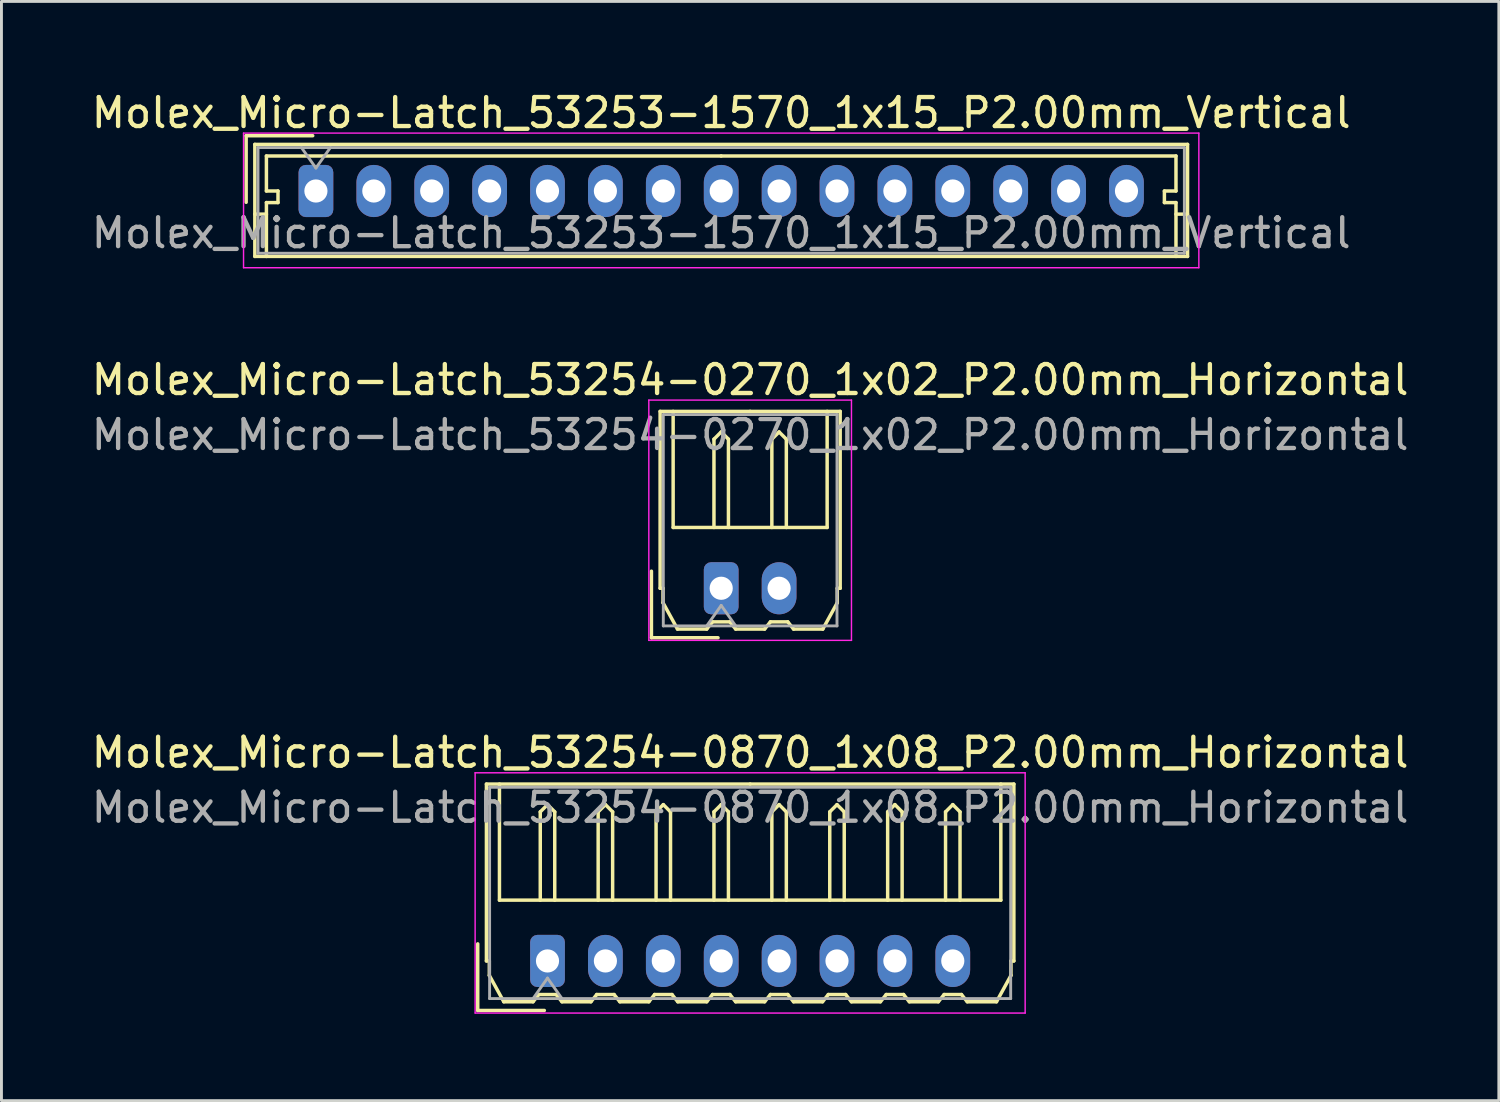
<source format=kicad_pcb>
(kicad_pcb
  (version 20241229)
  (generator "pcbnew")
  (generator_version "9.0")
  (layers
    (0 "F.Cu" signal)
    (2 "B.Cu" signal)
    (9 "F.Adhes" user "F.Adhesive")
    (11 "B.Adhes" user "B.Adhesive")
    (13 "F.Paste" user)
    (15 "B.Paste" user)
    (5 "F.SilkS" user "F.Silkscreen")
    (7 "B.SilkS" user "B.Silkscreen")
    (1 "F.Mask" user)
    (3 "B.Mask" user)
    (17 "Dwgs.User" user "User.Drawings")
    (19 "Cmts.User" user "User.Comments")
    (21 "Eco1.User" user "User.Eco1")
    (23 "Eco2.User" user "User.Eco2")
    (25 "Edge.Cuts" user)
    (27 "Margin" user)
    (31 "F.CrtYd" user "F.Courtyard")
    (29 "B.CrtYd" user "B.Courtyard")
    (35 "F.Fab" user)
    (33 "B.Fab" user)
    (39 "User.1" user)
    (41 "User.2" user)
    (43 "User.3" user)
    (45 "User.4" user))
  (footprint "Molex_Micro-Latch_53253-1570_1x15_P2.00mm_Vertical"
    (layer "F.Cu")
    (at 7.863 3.548)
    (property "Reference" "Molex_Micro-Latch_53253-1570_1x15_P2.00mm_Vertical" (at 14 -2.7 0) (layer "F.SilkS") (effects (font (size 1 1) (thickness 0.15))))
    (attr through_hole)
    (fp_line (start -2.41 -1.91) (end -2.41 0.39) (stroke (width 0.12) (type solid)) (layer "F.SilkS"))
    (fp_line (start -2.11 -1.61) (end -2.11 2.26) (stroke (width 0.12) (type solid)) (layer "F.SilkS"))
    (fp_line (start -2.11 0.8) (end -1.71 0.8) (stroke (width 0.12) (type solid)) (layer "F.SilkS"))
    (fp_line (start -2.11 2.26) (end 30.11 2.26) (stroke (width 0.12) (type solid)) (layer "F.SilkS"))
    (fp_line (start -1.71 -1.21) (end -1.71 0) (stroke (width 0.12) (type solid)) (layer "F.SilkS"))
    (fp_line (start -1.71 0) (end -1.31 0) (stroke (width 0.12) (type solid)) (layer "F.SilkS"))
    (fp_line (start -1.71 0.4) (end -1.71 2.26) (stroke (width 0.12) (type solid)) (layer "F.SilkS"))
    (fp_line (start -1.31 0) (end -1.31 0.4) (stroke (width 0.12) (type solid)) (layer "F.SilkS"))
    (fp_line (start -1.31 0.4) (end -1.71 0.4) (stroke (width 0.12) (type solid)) (layer "F.SilkS"))
    (fp_line (start -0.11 -1.91) (end -2.41 -1.91) (stroke (width 0.12) (type solid)) (layer "F.SilkS"))
    (fp_line (start 14 -1.21) (end -1.71 -1.21) (stroke (width 0.12) (type solid)) (layer "F.SilkS"))
    (fp_line (start 14 -1.21) (end 29.71 -1.21) (stroke (width 0.12) (type solid)) (layer "F.SilkS"))
    (fp_line (start 29.31 0) (end 29.31 0.4) (stroke (width 0.12) (type solid)) (layer "F.SilkS"))
    (fp_line (start 29.31 0.4) (end 29.71 0.4) (stroke (width 0.12) (type solid)) (layer "F.SilkS"))
    (fp_line (start 29.71 -1.21) (end 29.71 0) (stroke (width 0.12) (type solid)) (layer "F.SilkS"))
    (fp_line (start 29.71 0) (end 29.31 0) (stroke (width 0.12) (type solid)) (layer "F.SilkS"))
    (fp_line (start 29.71 0.4) (end 29.71 2.26) (stroke (width 0.12) (type solid)) (layer "F.SilkS"))
    (fp_line (start 30.11 -1.61) (end -2.11 -1.61) (stroke (width 0.12) (type solid)) (layer "F.SilkS"))
    (fp_line (start 30.11 0.8) (end 29.71 0.8) (stroke (width 0.12) (type solid)) (layer "F.SilkS"))
    (fp_line (start 30.11 2.26) (end 30.11 -1.61) (stroke (width 0.12) (type solid)) (layer "F.SilkS"))
    (fp_line (start -2.5 -2) (end -2.5 2.65) (stroke (width 0.05) (type solid)) (layer "F.CrtYd"))
    (fp_line (start -2.5 2.65) (end 30.5 2.65) (stroke (width 0.05) (type solid)) (layer "F.CrtYd"))
    (fp_line (start 30.5 -2) (end -2.5 -2) (stroke (width 0.05) (type solid)) (layer "F.CrtYd"))
    (fp_line (start 30.5 2.65) (end 30.5 -2) (stroke (width 0.05) (type solid)) (layer "F.CrtYd"))
    (fp_line (start -2 -1.5) (end -2 2.15) (stroke (width 0.1) (type solid)) (layer "F.Fab"))
    (fp_line (start -2 2.15) (end 30 2.15) (stroke (width 0.1) (type solid)) (layer "F.Fab"))
    (fp_line (start -0.5 -1.5) (end 0 -0.793) (stroke (width 0.1) (type solid)) (layer "F.Fab"))
    (fp_line (start 0 -0.793) (end 0.5 -1.5) (stroke (width 0.1) (type solid)) (layer "F.Fab"))
    (fp_line (start 30 -1.5) (end -2 -1.5) (stroke (width 0.1) (type solid)) (layer "F.Fab"))
    (fp_line (start 30 2.15) (end 30 -1.5) (stroke (width 0.1) (type solid)) (layer "F.Fab"))
    (fp_text user "${REFERENCE}" (at 14 1.45 0) (layer "F.Fab") (effects (font (size 1 1) (thickness 0.15))))
    (pad "1" thru_hole roundrect (at 0 0) (size 1.2 1.8) (drill 0.8) (layers "*.Cu" "*.Mask") (roundrect_rratio 0.208))
    (pad "2" thru_hole oval (at 2 0) (size 1.2 1.8) (drill 0.8) (layers "*.Cu" "*.Mask"))
    (pad "3" thru_hole oval (at 4 0) (size 1.2 1.8) (drill 0.8) (layers "*.Cu" "*.Mask"))
    (pad "4" thru_hole oval (at 6 0) (size 1.2 1.8) (drill 0.8) (layers "*.Cu" "*.Mask"))
    (pad "5" thru_hole oval (at 8 0) (size 1.2 1.8) (drill 0.8) (layers "*.Cu" "*.Mask"))
    (pad "6" thru_hole oval (at 10 0) (size 1.2 1.8) (drill 0.8) (layers "*.Cu" "*.Mask"))
    (pad "7" thru_hole oval (at 12 0) (size 1.2 1.8) (drill 0.8) (layers "*.Cu" "*.Mask"))
    (pad "8" thru_hole oval (at 14 0) (size 1.2 1.8) (drill 0.8) (layers "*.Cu" "*.Mask"))
    (pad "9" thru_hole oval (at 16 0) (size 1.2 1.8) (drill 0.8) (layers "*.Cu" "*.Mask"))
    (pad "10" thru_hole oval (at 18 0) (size 1.2 1.8) (drill 0.8) (layers "*.Cu" "*.Mask"))
    (pad "11" thru_hole oval (at 20 0) (size 1.2 1.8) (drill 0.8) (layers "*.Cu" "*.Mask"))
    (pad "12" thru_hole oval (at 22 0) (size 1.2 1.8) (drill 0.8) (layers "*.Cu" "*.Mask"))
    (pad "13" thru_hole oval (at 24 0) (size 1.2 1.8) (drill 0.8) (layers "*.Cu" "*.Mask"))
    (pad "14" thru_hole oval (at 26 0) (size 1.2 1.8) (drill 0.8) (layers "*.Cu" "*.Mask"))
    (pad "15" thru_hole oval (at 28 0) (size 1.2 1.8) (drill 0.8) (layers "*.Cu" "*.Mask")))
  (footprint "Molex_Micro-Latch_53254-0270_1x02_P2.00mm_Horizontal"
    (layer "F.Cu")
    (at 21.863 17.271)
    (property "Reference" "Molex_Micro-Latch_53254-0270_1x02_P2.00mm_Horizontal" (at 1 -7.2 0) (layer "F.SilkS") (effects (font (size 1 1) (thickness 0.15))))
    (attr through_hole)
    (fp_line (start -2.41 1.71) (end -2.41 -0.59) (stroke (width 0.12) (type solid)) (layer "F.SilkS"))
    (fp_line (start -2.11 -6.11) (end 1 -6.11) (stroke (width 0.12) (type solid)) (layer "F.SilkS"))
    (fp_line (start -2.11 0) (end -2.11 -6.11) (stroke (width 0.12) (type solid)) (layer "F.SilkS"))
    (fp_line (start -2.01 0) (end -2.11 0) (stroke (width 0.12) (type solid)) (layer "F.SilkS"))
    (fp_line (start -2.01 0.5) (end -2.01 0) (stroke (width 0.12) (type solid)) (layer "F.SilkS"))
    (fp_line (start -1.66 -6.11) (end -1.66 -2.1) (stroke (width 0.12) (type solid)) (layer "F.SilkS"))
    (fp_line (start -1.66 -2.1) (end 3.66 -2.1) (stroke (width 0.12) (type solid)) (layer "F.SilkS"))
    (fp_line (start -1.51 1.41) (end -2.01 0.5) (stroke (width 0.12) (type solid)) (layer "F.SilkS"))
    (fp_line (start -0.5 1.41) (end -1.51 1.41) (stroke (width 0.12) (type solid)) (layer "F.SilkS"))
    (fp_line (start -0.3 1.16) (end -0.5 1.41) (stroke (width 0.12) (type solid)) (layer "F.SilkS"))
    (fp_line (start -0.3 1.16) (end 0.3 1.16) (stroke (width 0.12) (type solid)) (layer "F.SilkS"))
    (fp_line (start -0.25 -5.15) (end 0 -5.4) (stroke (width 0.12) (type solid)) (layer "F.SilkS"))
    (fp_line (start -0.25 -2.1) (end -0.25 -5.15) (stroke (width 0.12) (type solid)) (layer "F.SilkS"))
    (fp_line (start -0.11 1.71) (end -2.41 1.71) (stroke (width 0.12) (type solid)) (layer "F.SilkS"))
    (fp_line (start 0 -5.4) (end 0.25 -5.15) (stroke (width 0.12) (type solid)) (layer "F.SilkS"))
    (fp_line (start 0.25 -5.15) (end 0.25 -2.1) (stroke (width 0.12) (type solid)) (layer "F.SilkS"))
    (fp_line (start 0.3 1.16) (end 0.5 1.41) (stroke (width 0.12) (type solid)) (layer "F.SilkS"))
    (fp_line (start 0.5 1.41) (end 1.5 1.41) (stroke (width 0.12) (type solid)) (layer "F.SilkS"))
    (fp_line (start 1.5 1.41) (end 1.7 1.16) (stroke (width 0.12) (type solid)) (layer "F.SilkS"))
    (fp_line (start 1.7 1.16) (end 2.3 1.16) (stroke (width 0.12) (type solid)) (layer "F.SilkS"))
    (fp_line (start 1.75 -5.15) (end 2 -5.4) (stroke (width 0.12) (type solid)) (layer "F.SilkS"))
    (fp_line (start 1.75 -2.1) (end 1.75 -5.15) (stroke (width 0.12) (type solid)) (layer "F.SilkS"))
    (fp_line (start 2 -5.4) (end 2.25 -5.15) (stroke (width 0.12) (type solid)) (layer "F.SilkS"))
    (fp_line (start 2.25 -5.15) (end 2.25 -2.1) (stroke (width 0.12) (type solid)) (layer "F.SilkS"))
    (fp_line (start 2.3 1.16) (end 2.5 1.41) (stroke (width 0.12) (type solid)) (layer "F.SilkS"))
    (fp_line (start 2.5 1.41) (end 3.51 1.41) (stroke (width 0.12) (type solid)) (layer "F.SilkS"))
    (fp_line (start 3.51 1.41) (end 4.01 0.5) (stroke (width 0.12) (type solid)) (layer "F.SilkS"))
    (fp_line (start 3.66 -2.1) (end 3.66 -6.11) (stroke (width 0.12) (type solid)) (layer "F.SilkS"))
    (fp_line (start 4.01 0) (end 4.11 0) (stroke (width 0.12) (type solid)) (layer "F.SilkS"))
    (fp_line (start 4.01 0.5) (end 4.01 0) (stroke (width 0.12) (type solid)) (layer "F.SilkS"))
    (fp_line (start 4.11 -6.11) (end 1 -6.11) (stroke (width 0.12) (type solid)) (layer "F.SilkS"))
    (fp_line (start 4.11 0) (end 4.11 -6.11) (stroke (width 0.12) (type solid)) (layer "F.SilkS"))
    (fp_line (start -2.5 -6.5) (end -2.5 1.8) (stroke (width 0.05) (type solid)) (layer "F.CrtYd"))
    (fp_line (start -2.5 1.8) (end 4.5 1.8) (stroke (width 0.05) (type solid)) (layer "F.CrtYd"))
    (fp_line (start 4.5 -6.5) (end -2.5 -6.5) (stroke (width 0.05) (type solid)) (layer "F.CrtYd"))
    (fp_line (start 4.5 1.8) (end 4.5 -6.5) (stroke (width 0.05) (type solid)) (layer "F.CrtYd"))
    (fp_line (start -2 -6) (end -2 1.3) (stroke (width 0.1) (type solid)) (layer "F.Fab"))
    (fp_line (start -2 1.3) (end 4 1.3) (stroke (width 0.1) (type solid)) (layer "F.Fab"))
    (fp_line (start -0.5 1.3) (end 0 0.593) (stroke (width 0.1) (type solid)) (layer "F.Fab"))
    (fp_line (start 0 0.593) (end 0.5 1.3) (stroke (width 0.1) (type solid)) (layer "F.Fab"))
    (fp_line (start 4 -6) (end -2 -6) (stroke (width 0.1) (type solid)) (layer "F.Fab"))
    (fp_line (start 4 1.3) (end 4 -6) (stroke (width 0.1) (type solid)) (layer "F.Fab"))
    (fp_text user "${REFERENCE}" (at 1 -5.3 0) (layer "F.Fab") (effects (font (size 1 1) (thickness 0.15))))
    (pad "1" thru_hole roundrect (at 0 0) (size 1.2 1.8) (drill 0.8) (layers "*.Cu" "*.Mask") (roundrect_rratio 0.208))
    (pad "2" thru_hole oval (at 2 0) (size 1.2 1.8) (drill 0.8) (layers "*.Cu" "*.Mask")))
  (footprint "Molex_Micro-Latch_53254-0870_1x08_P2.00mm_Horizontal"
    (layer "F.Cu")
    (at 15.863 30.145)
    (property "Reference" "Molex_Micro-Latch_53254-0870_1x08_P2.00mm_Horizontal" (at 7 -7.2 0) (layer "F.SilkS") (effects (font (size 1 1) (thickness 0.15))))
    (attr through_hole)
    (fp_line (start -2.41 1.71) (end -2.41 -0.59) (stroke (width 0.12) (type solid)) (layer "F.SilkS"))
    (fp_line (start -2.11 -6.11) (end 7 -6.11) (stroke (width 0.12) (type solid)) (layer "F.SilkS"))
    (fp_line (start -2.11 0) (end -2.11 -6.11) (stroke (width 0.12) (type solid)) (layer "F.SilkS"))
    (fp_line (start -2.01 0) (end -2.11 0) (stroke (width 0.12) (type solid)) (layer "F.SilkS"))
    (fp_line (start -2.01 0.5) (end -2.01 0) (stroke (width 0.12) (type solid)) (layer "F.SilkS"))
    (fp_line (start -1.66 -6.11) (end -1.66 -2.1) (stroke (width 0.12) (type solid)) (layer "F.SilkS"))
    (fp_line (start -1.66 -2.1) (end 15.66 -2.1) (stroke (width 0.12) (type solid)) (layer "F.SilkS"))
    (fp_line (start -1.51 1.41) (end -2.01 0.5) (stroke (width 0.12) (type solid)) (layer "F.SilkS"))
    (fp_line (start -0.5 1.41) (end -1.51 1.41) (stroke (width 0.12) (type solid)) (layer "F.SilkS"))
    (fp_line (start -0.3 1.16) (end -0.5 1.41) (stroke (width 0.12) (type solid)) (layer "F.SilkS"))
    (fp_line (start -0.3 1.16) (end 0.3 1.16) (stroke (width 0.12) (type solid)) (layer "F.SilkS"))
    (fp_line (start -0.25 -5.15) (end 0 -5.4) (stroke (width 0.12) (type solid)) (layer "F.SilkS"))
    (fp_line (start -0.25 -2.1) (end -0.25 -5.15) (stroke (width 0.12) (type solid)) (layer "F.SilkS"))
    (fp_line (start -0.11 1.71) (end -2.41 1.71) (stroke (width 0.12) (type solid)) (layer "F.SilkS"))
    (fp_line (start 0 -5.4) (end 0.25 -5.15) (stroke (width 0.12) (type solid)) (layer "F.SilkS"))
    (fp_line (start 0.25 -5.15) (end 0.25 -2.1) (stroke (width 0.12) (type solid)) (layer "F.SilkS"))
    (fp_line (start 0.3 1.16) (end 0.5 1.41) (stroke (width 0.12) (type solid)) (layer "F.SilkS"))
    (fp_line (start 0.5 1.41) (end 1.5 1.41) (stroke (width 0.12) (type solid)) (layer "F.SilkS"))
    (fp_line (start 1.5 1.41) (end 1.7 1.16) (stroke (width 0.12) (type solid)) (layer "F.SilkS"))
    (fp_line (start 1.7 1.16) (end 2.3 1.16) (stroke (width 0.12) (type solid)) (layer "F.SilkS"))
    (fp_line (start 1.75 -5.15) (end 2 -5.4) (stroke (width 0.12) (type solid)) (layer "F.SilkS"))
    (fp_line (start 1.75 -2.1) (end 1.75 -5.15) (stroke (width 0.12) (type solid)) (layer "F.SilkS"))
    (fp_line (start 2 -5.4) (end 2.25 -5.15) (stroke (width 0.12) (type solid)) (layer "F.SilkS"))
    (fp_line (start 2.25 -5.15) (end 2.25 -2.1) (stroke (width 0.12) (type solid)) (layer "F.SilkS"))
    (fp_line (start 2.3 1.16) (end 2.5 1.41) (stroke (width 0.12) (type solid)) (layer "F.SilkS"))
    (fp_line (start 2.5 1.41) (end 3.5 1.41) (stroke (width 0.12) (type solid)) (layer "F.SilkS"))
    (fp_line (start 3.5 1.41) (end 3.7 1.16) (stroke (width 0.12) (type solid)) (layer "F.SilkS"))
    (fp_line (start 3.7 1.16) (end 4.3 1.16) (stroke (width 0.12) (type solid)) (layer "F.SilkS"))
    (fp_line (start 3.75 -5.15) (end 4 -5.4) (stroke (width 0.12) (type solid)) (layer "F.SilkS"))
    (fp_line (start 3.75 -2.1) (end 3.75 -5.15) (stroke (width 0.12) (type solid)) (layer "F.SilkS"))
    (fp_line (start 4 -5.4) (end 4.25 -5.15) (stroke (width 0.12) (type solid)) (layer "F.SilkS"))
    (fp_line (start 4.25 -5.15) (end 4.25 -2.1) (stroke (width 0.12) (type solid)) (layer "F.SilkS"))
    (fp_line (start 4.3 1.16) (end 4.5 1.41) (stroke (width 0.12) (type solid)) (layer "F.SilkS"))
    (fp_line (start 4.5 1.41) (end 5.5 1.41) (stroke (width 0.12) (type solid)) (layer "F.SilkS"))
    (fp_line (start 5.5 1.41) (end 5.7 1.16) (stroke (width 0.12) (type solid)) (layer "F.SilkS"))
    (fp_line (start 5.7 1.16) (end 6.3 1.16) (stroke (width 0.12) (type solid)) (layer "F.SilkS"))
    (fp_line (start 5.75 -5.15) (end 6 -5.4) (stroke (width 0.12) (type solid)) (layer "F.SilkS"))
    (fp_line (start 5.75 -2.1) (end 5.75 -5.15) (stroke (width 0.12) (type solid)) (layer "F.SilkS"))
    (fp_line (start 6 -5.4) (end 6.25 -5.15) (stroke (width 0.12) (type solid)) (layer "F.SilkS"))
    (fp_line (start 6.25 -5.15) (end 6.25 -2.1) (stroke (width 0.12) (type solid)) (layer "F.SilkS"))
    (fp_line (start 6.3 1.16) (end 6.5 1.41) (stroke (width 0.12) (type solid)) (layer "F.SilkS"))
    (fp_line (start 6.5 1.41) (end 7.5 1.41) (stroke (width 0.12) (type solid)) (layer "F.SilkS"))
    (fp_line (start 7.5 1.41) (end 7.7 1.16) (stroke (width 0.12) (type solid)) (layer "F.SilkS"))
    (fp_line (start 7.7 1.16) (end 8.3 1.16) (stroke (width 0.12) (type solid)) (layer "F.SilkS"))
    (fp_line (start 7.75 -5.15) (end 8 -5.4) (stroke (width 0.12) (type solid)) (layer "F.SilkS"))
    (fp_line (start 7.75 -2.1) (end 7.75 -5.15) (stroke (width 0.12) (type solid)) (layer "F.SilkS"))
    (fp_line (start 8 -5.4) (end 8.25 -5.15) (stroke (width 0.12) (type solid)) (layer "F.SilkS"))
    (fp_line (start 8.25 -5.15) (end 8.25 -2.1) (stroke (width 0.12) (type solid)) (layer "F.SilkS"))
    (fp_line (start 8.3 1.16) (end 8.5 1.41) (stroke (width 0.12) (type solid)) (layer "F.SilkS"))
    (fp_line (start 8.5 1.41) (end 9.5 1.41) (stroke (width 0.12) (type solid)) (layer "F.SilkS"))
    (fp_line (start 9.5 1.41) (end 9.7 1.16) (stroke (width 0.12) (type solid)) (layer "F.SilkS"))
    (fp_line (start 9.7 1.16) (end 10.3 1.16) (stroke (width 0.12) (type solid)) (layer "F.SilkS"))
    (fp_line (start 9.75 -5.15) (end 10 -5.4) (stroke (width 0.12) (type solid)) (layer "F.SilkS"))
    (fp_line (start 9.75 -2.1) (end 9.75 -5.15) (stroke (width 0.12) (type solid)) (layer "F.SilkS"))
    (fp_line (start 10 -5.4) (end 10.25 -5.15) (stroke (width 0.12) (type solid)) (layer "F.SilkS"))
    (fp_line (start 10.25 -5.15) (end 10.25 -2.1) (stroke (width 0.12) (type solid)) (layer "F.SilkS"))
    (fp_line (start 10.3 1.16) (end 10.5 1.41) (stroke (width 0.12) (type solid)) (layer "F.SilkS"))
    (fp_line (start 10.5 1.41) (end 11.5 1.41) (stroke (width 0.12) (type solid)) (layer "F.SilkS"))
    (fp_line (start 11.5 1.41) (end 11.7 1.16) (stroke (width 0.12) (type solid)) (layer "F.SilkS"))
    (fp_line (start 11.7 1.16) (end 12.3 1.16) (stroke (width 0.12) (type solid)) (layer "F.SilkS"))
    (fp_line (start 11.75 -5.15) (end 12 -5.4) (stroke (width 0.12) (type solid)) (layer "F.SilkS"))
    (fp_line (start 11.75 -2.1) (end 11.75 -5.15) (stroke (width 0.12) (type solid)) (layer "F.SilkS"))
    (fp_line (start 12 -5.4) (end 12.25 -5.15) (stroke (width 0.12) (type solid)) (layer "F.SilkS"))
    (fp_line (start 12.25 -5.15) (end 12.25 -2.1) (stroke (width 0.12) (type solid)) (layer "F.SilkS"))
    (fp_line (start 12.3 1.16) (end 12.5 1.41) (stroke (width 0.12) (type solid)) (layer "F.SilkS"))
    (fp_line (start 12.5 1.41) (end 13.5 1.41) (stroke (width 0.12) (type solid)) (layer "F.SilkS"))
    (fp_line (start 13.5 1.41) (end 13.7 1.16) (stroke (width 0.12) (type solid)) (layer "F.SilkS"))
    (fp_line (start 13.7 1.16) (end 14.3 1.16) (stroke (width 0.12) (type solid)) (layer "F.SilkS"))
    (fp_line (start 13.75 -5.15) (end 14 -5.4) (stroke (width 0.12) (type solid)) (layer "F.SilkS"))
    (fp_line (start 13.75 -2.1) (end 13.75 -5.15) (stroke (width 0.12) (type solid)) (layer "F.SilkS"))
    (fp_line (start 14 -5.4) (end 14.25 -5.15) (stroke (width 0.12) (type solid)) (layer "F.SilkS"))
    (fp_line (start 14.25 -5.15) (end 14.25 -2.1) (stroke (width 0.12) (type solid)) (layer "F.SilkS"))
    (fp_line (start 14.3 1.16) (end 14.5 1.41) (stroke (width 0.12) (type solid)) (layer "F.SilkS"))
    (fp_line (start 14.5 1.41) (end 15.51 1.41) (stroke (width 0.12) (type solid)) (layer "F.SilkS"))
    (fp_line (start 15.51 1.41) (end 16.01 0.5) (stroke (width 0.12) (type solid)) (layer "F.SilkS"))
    (fp_line (start 15.66 -2.1) (end 15.66 -6.11) (stroke (width 0.12) (type solid)) (layer "F.SilkS"))
    (fp_line (start 16.01 0) (end 16.11 0) (stroke (width 0.12) (type solid)) (layer "F.SilkS"))
    (fp_line (start 16.01 0.5) (end 16.01 0) (stroke (width 0.12) (type solid)) (layer "F.SilkS"))
    (fp_line (start 16.11 -6.11) (end 7 -6.11) (stroke (width 0.12) (type solid)) (layer "F.SilkS"))
    (fp_line (start 16.11 0) (end 16.11 -6.11) (stroke (width 0.12) (type solid)) (layer "F.SilkS"))
    (fp_line (start -2.5 -6.5) (end -2.5 1.8) (stroke (width 0.05) (type solid)) (layer "F.CrtYd"))
    (fp_line (start -2.5 1.8) (end 16.5 1.8) (stroke (width 0.05) (type solid)) (layer "F.CrtYd"))
    (fp_line (start 16.5 -6.5) (end -2.5 -6.5) (stroke (width 0.05) (type solid)) (layer "F.CrtYd"))
    (fp_line (start 16.5 1.8) (end 16.5 -6.5) (stroke (width 0.05) (type solid)) (layer "F.CrtYd"))
    (fp_line (start -2 -6) (end -2 1.3) (stroke (width 0.1) (type solid)) (layer "F.Fab"))
    (fp_line (start -2 1.3) (end 16 1.3) (stroke (width 0.1) (type solid)) (layer "F.Fab"))
    (fp_line (start -0.5 1.3) (end 0 0.593) (stroke (width 0.1) (type solid)) (layer "F.Fab"))
    (fp_line (start 0 0.593) (end 0.5 1.3) (stroke (width 0.1) (type solid)) (layer "F.Fab"))
    (fp_line (start 16 -6) (end -2 -6) (stroke (width 0.1) (type solid)) (layer "F.Fab"))
    (fp_line (start 16 1.3) (end 16 -6) (stroke (width 0.1) (type solid)) (layer "F.Fab"))
    (fp_text user "${REFERENCE}" (at 7 -5.3 0) (layer "F.Fab") (effects (font (size 1 1) (thickness 0.15))))
    (pad "1" thru_hole roundrect (at 0 0) (size 1.2 1.8) (drill 0.8) (layers "*.Cu" "*.Mask") (roundrect_rratio 0.208))
    (pad "2" thru_hole oval (at 2 0) (size 1.2 1.8) (drill 0.8) (layers "*.Cu" "*.Mask"))
    (pad "3" thru_hole oval (at 4 0) (size 1.2 1.8) (drill 0.8) (layers "*.Cu" "*.Mask"))
    (pad "4" thru_hole oval (at 6 0) (size 1.2 1.8) (drill 0.8) (layers "*.Cu" "*.Mask"))
    (pad "5" thru_hole oval (at 8 0) (size 1.2 1.8) (drill 0.8) (layers "*.Cu" "*.Mask"))
    (pad "6" thru_hole oval (at 10 0) (size 1.2 1.8) (drill 0.8) (layers "*.Cu" "*.Mask"))
    (pad "7" thru_hole oval (at 12 0) (size 1.2 1.8) (drill 0.8) (layers "*.Cu" "*.Mask"))
    (pad "8" thru_hole oval (at 14 0) (size 1.2 1.8) (drill 0.8) (layers "*.Cu" "*.Mask")))
  (gr_rect
    (start -3 -3)
    (end 48.726 34.97)
    (stroke (width 0.1) (type default))
    (fill no)
    (layer "Edge.Cuts")))
</source>
